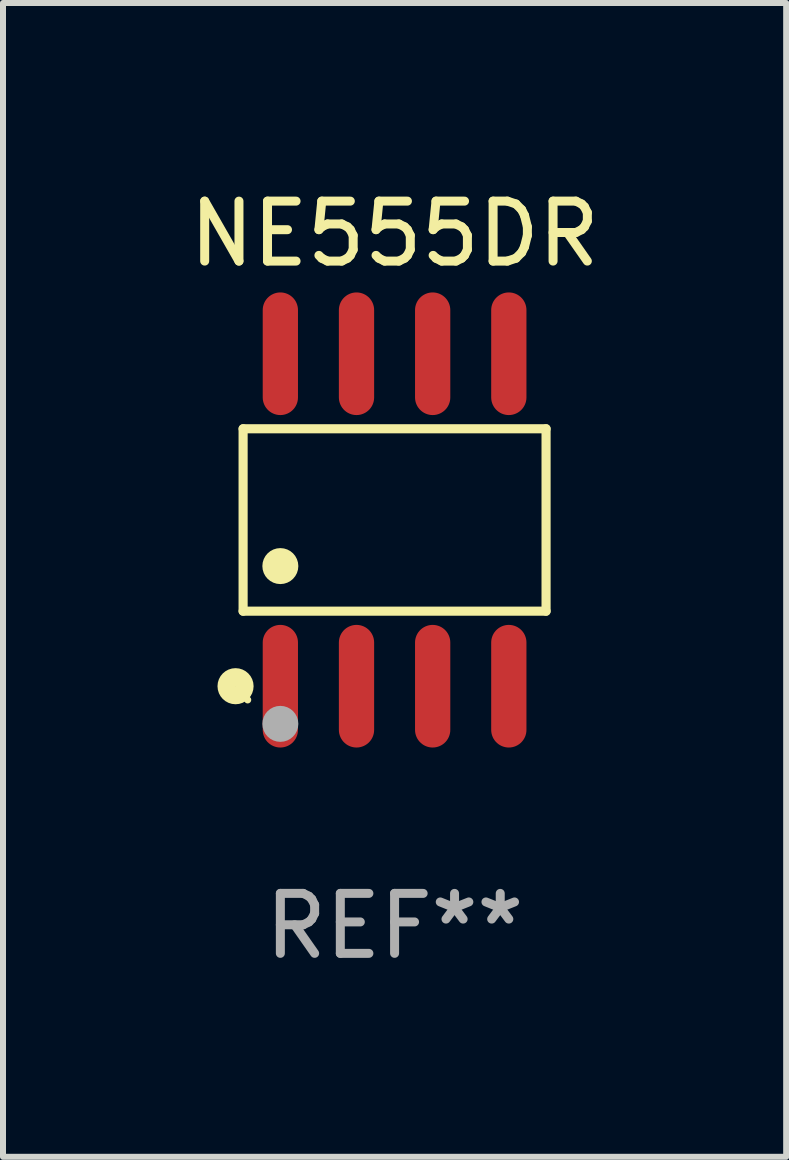
<source format=kicad_pcb>
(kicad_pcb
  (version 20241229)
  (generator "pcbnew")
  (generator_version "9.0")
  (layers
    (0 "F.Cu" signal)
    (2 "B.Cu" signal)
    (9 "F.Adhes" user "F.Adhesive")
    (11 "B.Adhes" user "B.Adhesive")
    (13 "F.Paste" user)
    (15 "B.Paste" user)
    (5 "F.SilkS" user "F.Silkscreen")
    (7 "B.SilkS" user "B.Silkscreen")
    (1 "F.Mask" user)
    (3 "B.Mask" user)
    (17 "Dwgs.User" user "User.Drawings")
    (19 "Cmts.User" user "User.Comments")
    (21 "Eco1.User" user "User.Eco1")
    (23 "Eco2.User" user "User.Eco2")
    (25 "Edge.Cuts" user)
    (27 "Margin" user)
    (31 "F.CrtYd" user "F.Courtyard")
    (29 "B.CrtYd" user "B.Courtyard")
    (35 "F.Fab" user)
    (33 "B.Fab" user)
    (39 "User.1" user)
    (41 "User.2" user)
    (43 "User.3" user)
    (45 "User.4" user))
  (footprint "NE555DR"
    (layer "F.Cu")
    (at 3.53 5.621)
    (property "Reference" "NE555DR" (at 0 -4.772 0) (layer "F.SilkS") (effects (font (size 1 1) (thickness 0.15))))
    (attr through_hole)
    (fp_line (start -2.526 -1.521) (end 2.526 -1.521) (stroke (width 0.152) (type solid)) (layer "F.SilkS"))
    (fp_line (start -2.526 1.521) (end -2.526 -1.521) (stroke (width 0.152) (type solid)) (layer "F.SilkS"))
    (fp_line (start 2.526 -1.521) (end 2.526 1.521) (stroke (width 0.152) (type solid)) (layer "F.SilkS"))
    (fp_line (start 2.526 1.521) (end -2.526 1.521) (stroke (width 0.152) (type solid)) (layer "F.SilkS"))
    (fp_circle (center -2.652 2.772) (end -2.501 2.772) (stroke (width 0.3) (type solid)) (fill no) (layer "F.SilkS"))
    (fp_circle (center -2.45 3) (end -2.42 3) (stroke (width 0.06) (type solid)) (fill no) (layer "F.SilkS"))
    (fp_circle (center -1.905 0.769) (end -1.755 0.769) (stroke (width 0.3) (type solid)) (fill no) (layer "F.SilkS"))
    (fp_circle (center -1.905 3.4) (end -1.755 3.4) (stroke (width 0.3) (type solid)) (fill no) (layer "F.Fab"))
    (fp_text user "REF**" (at 0 6.772 0) (layer "F.Fab") (effects (font (size 1 1) (thickness 0.15))))
    (pad "1" smd oval (at -1.905 2.772) (size 0.588 2.045) (layers "F.Cu" "F.Mask" "F.Paste"))
    (pad "2" smd oval (at -0.635 2.772) (size 0.588 2.045) (layers "F.Cu" "F.Mask" "F.Paste"))
    (pad "3" smd oval (at 0.635 2.772) (size 0.588 2.045) (layers "F.Cu" "F.Mask" "F.Paste"))
    (pad "4" smd oval (at 1.905 2.772) (size 0.588 2.045) (layers "F.Cu" "F.Mask" "F.Paste"))
    (pad "5" smd oval (at 1.905 -2.772) (size 0.588 2.045) (layers "F.Cu" "F.Mask" "F.Paste"))
    (pad "6" smd oval (at 0.635 -2.772) (size 0.588 2.045) (layers "F.Cu" "F.Mask" "F.Paste"))
    (pad "7" smd oval (at -0.635 -2.772) (size 0.588 2.045) (layers "F.Cu" "F.Mask" "F.Paste"))
    (pad "8" smd oval (at -1.905 -2.772) (size 0.588 2.045) (layers "F.Cu" "F.Mask" "F.Paste")))
  (gr_rect
    (start -3 -3)
    (end 10.06 16.241)
    (stroke (width 0.1) (type default))
    (fill no)
    (layer "Edge.Cuts")))
</source>
